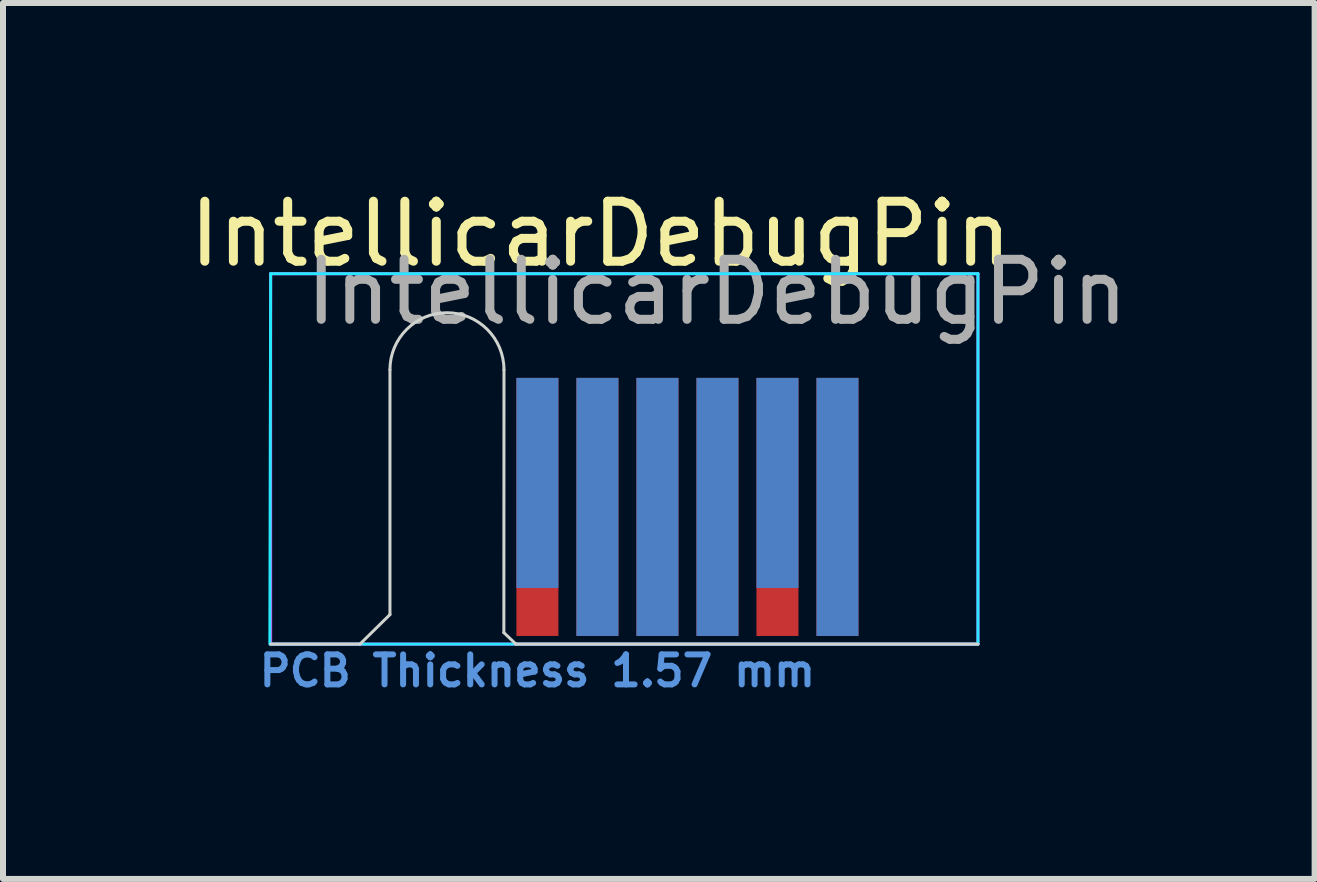
<source format=kicad_pcb>
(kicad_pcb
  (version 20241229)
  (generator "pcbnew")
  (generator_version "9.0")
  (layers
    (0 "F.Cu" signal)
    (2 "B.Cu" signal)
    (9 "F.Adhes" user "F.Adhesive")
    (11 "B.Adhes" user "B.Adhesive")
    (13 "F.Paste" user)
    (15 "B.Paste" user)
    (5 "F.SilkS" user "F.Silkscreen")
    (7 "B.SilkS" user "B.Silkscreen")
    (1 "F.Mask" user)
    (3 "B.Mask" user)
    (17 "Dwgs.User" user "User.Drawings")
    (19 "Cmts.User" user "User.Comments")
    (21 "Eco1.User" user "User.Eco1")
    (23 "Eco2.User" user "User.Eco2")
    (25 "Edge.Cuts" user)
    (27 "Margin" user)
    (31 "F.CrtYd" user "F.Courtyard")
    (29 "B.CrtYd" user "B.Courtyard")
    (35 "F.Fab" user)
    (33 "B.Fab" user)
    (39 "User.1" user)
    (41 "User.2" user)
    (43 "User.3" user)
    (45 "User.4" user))
  (footprint "IntellicarDebugPin"
    (layer "F.Cu")
    (at 5.905 7.683)
    (property "Reference" "IntellicarDebugPin" (at 1.053 -6.835 0) (layer "F.SilkS") (effects (font (size 1 1) (thickness 0.15))))
    (attr exclude_from_pos_files exclude_from_bom)
    (fp_line (start -4.445 0) (end -2.957 0) (stroke (width 0.05) (type solid)) (layer "Edge.Cuts"))
    (fp_line (start -2.457 -4.572) (end -2.457 -0.492) (stroke (width 0.05) (type solid)) (layer "Edge.Cuts"))
    (fp_line (start -2.457 -0.492) (end -2.957 0) (stroke (width 0.05) (type solid)) (layer "Edge.Cuts"))
    (fp_line (start -0.559 -0.191) (end -0.358 0) (stroke (width 0.05) (type solid)) (layer "Edge.Cuts"))
    (fp_line (start -0.557 -4.572) (end -0.559 -0.191) (stroke (width 0.05) (type solid)) (layer "Edge.Cuts"))
    (fp_line (start -0.358 0) (end 7.341 0) (stroke (width 0.05) (type solid)) (layer "Edge.Cuts"))
    (fp_arc (start -2.45734 -4.572) (mid -1.50734 -5.522) (end -0.55734 -4.572) (stroke (width 0.05) (type solid)) (layer "Edge.Cuts"))
    (fp_line (start -4.445 -6.172) (end -4.458 -0.0003) (stroke (width 0.05) (type solid)) (layer "B.CrtYd"))
    (fp_line (start -4.445 -6.172) (end 7.341 -6.172) (stroke (width 0.05) (type solid)) (layer "B.CrtYd"))
    (fp_line (start 7.341 0) (end -4.445 0) (stroke (width 0.05) (type solid)) (layer "B.CrtYd"))
    (fp_line (start 7.341 0) (end 7.341 -6.172) (stroke (width 0.05) (type solid)) (layer "B.CrtYd"))
    (fp_line (start -4.445 -6.172) (end -4.445 0) (stroke (width 0.05) (type solid)) (layer "F.CrtYd"))
    (fp_line (start -4.445 -6.172) (end 7.341 -6.172) (stroke (width 0.05) (type solid)) (layer "F.CrtYd"))
    (fp_line (start 7.341 0) (end -4.445 0) (stroke (width 0.05) (type solid)) (layer "F.CrtYd"))
    (fp_line (start 7.341 0) (end 7.341 -6.172) (stroke (width 0.05) (type solid)) (layer "F.CrtYd"))
    (fp_text user "PCB Thickness 1.57 mm" (at 0 0.445 180) (layer "Cmts.User") (effects (font (size 0.5 0.5) (thickness 0.1))))
    (fp_text user "${REFERENCE}" (at 2.993 -5.867 0) (layer "F.Fab") (effects (font (size 1 1) (thickness 0.15))))
    (pad "1" connect rect (at 0 -2.286) (size 0.7 4.3) (layers "F.Cu" "F.Mask"))
    (pad "2" connect rect (at 0 -2.686) (size 0.7 3.5) (layers "B.Cu" "B.Mask"))
    (pad "3" connect rect (at 1 -2.286) (size 0.7 4.3) (layers "F.Cu" "F.Mask"))
    (pad "4" connect rect (at 1 -2.286) (size 0.7 4.3) (layers "B.Cu" "B.Mask"))
    (pad "5" connect rect (at 2 -2.286) (size 0.7 4.3) (layers "F.Cu" "F.Mask"))
    (pad "6" connect rect (at 2 -2.286) (size 0.7 4.3) (layers "B.Cu" "B.Mask"))
    (pad "7" connect rect (at 3 -2.286) (size 0.7 4.3) (layers "F.Cu" "F.Mask"))
    (pad "8" connect rect (at 3 -2.286) (size 0.7 4.3) (layers "B.Cu" "B.Mask"))
    (pad "9" connect rect (at 4 -2.286) (size 0.7 4.3) (layers "F.Cu" "F.Mask"))
    (pad "10" connect rect (at 4 -2.686) (size 0.7 3.5) (layers "B.Cu" "B.Mask"))
    (pad "11" connect rect (at 5 -2.286) (size 0.7 4.3) (layers "F.Cu" "F.Mask"))
    (pad "12" connect rect (at 5 -2.286) (size 0.7 4.3) (layers "B.Cu" "B.Mask")))
  (gr_rect
    (start -3 -3)
    (end 18.856 11.596)
    (stroke (width 0.1) (type default))
    (fill no)
    (layer "Edge.Cuts")))
</source>
